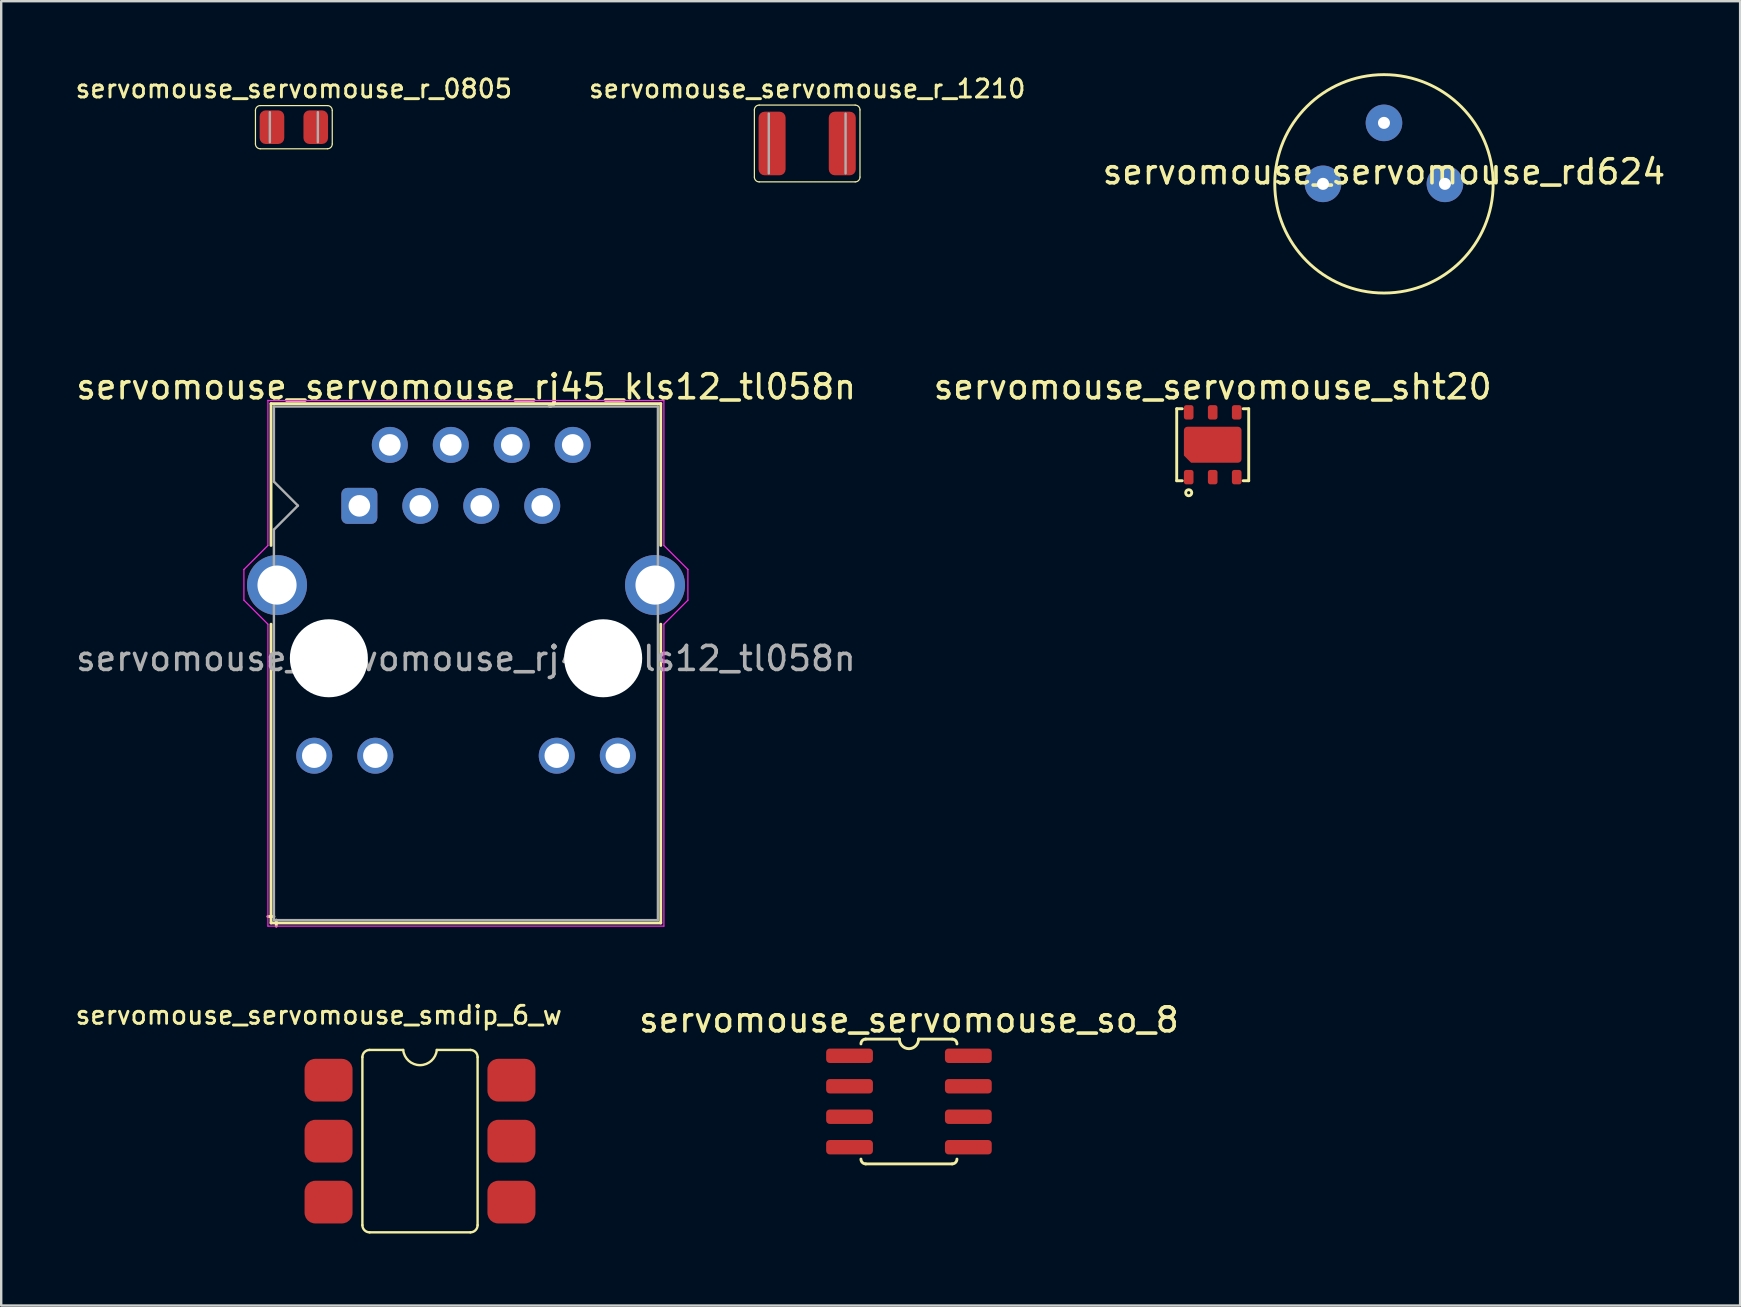
<source format=kicad_pcb>
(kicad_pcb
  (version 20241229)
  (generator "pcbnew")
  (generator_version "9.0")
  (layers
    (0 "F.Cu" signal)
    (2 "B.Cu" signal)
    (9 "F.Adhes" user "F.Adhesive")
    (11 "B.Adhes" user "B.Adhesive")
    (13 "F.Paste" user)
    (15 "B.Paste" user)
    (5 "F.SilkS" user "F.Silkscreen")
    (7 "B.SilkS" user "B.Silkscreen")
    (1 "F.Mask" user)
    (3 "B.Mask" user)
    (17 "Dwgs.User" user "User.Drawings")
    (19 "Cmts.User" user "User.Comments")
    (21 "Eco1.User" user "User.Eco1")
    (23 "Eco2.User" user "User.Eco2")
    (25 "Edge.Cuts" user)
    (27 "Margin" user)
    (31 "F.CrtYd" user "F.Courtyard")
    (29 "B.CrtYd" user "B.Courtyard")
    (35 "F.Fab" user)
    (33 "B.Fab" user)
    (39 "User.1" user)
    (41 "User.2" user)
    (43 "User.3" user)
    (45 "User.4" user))
  (footprint "servomouse_servomouse_r_0805"
    (layer "F.Cu")
    (at 9.194 2.249)
    (property "Reference" "servomouse_servomouse_r_0805" (at 0 -1.6 0) (layer "F.SilkS") (effects (font (size 0.75 0.75) (thickness 0.12))))
    (attr smd)
    (fp_line (start -1.6 0.7) (end -1.6 -0.7) (stroke (width 0.05) (type solid)) (layer "F.SilkS"))
    (fp_line (start -1.4 -0.9) (end 1.4 -0.9) (stroke (width 0.05) (type solid)) (layer "F.SilkS"))
    (fp_line (start 1.4 0.9) (end -1.4 0.9) (stroke (width 0.05) (type solid)) (layer "F.SilkS"))
    (fp_line (start 1.6 -0.7) (end 1.6 0.7) (stroke (width 0.05) (type solid)) (layer "F.SilkS"))
    (fp_arc (start -1.6 -0.7) (mid -1.541421 -0.841421) (end -1.4 -0.9) (stroke (width 0.05) (type solid)) (layer "F.SilkS"))
    (fp_arc (start -1.4 0.9) (mid -1.541421 0.841421) (end -1.6 0.7) (stroke (width 0.05) (type solid)) (layer "F.SilkS"))
    (fp_arc (start 1.4 -0.9) (mid 1.541421 -0.841421) (end 1.6 -0.7) (stroke (width 0.05) (type solid)) (layer "F.SilkS"))
    (fp_arc (start 1.6 0.7) (mid 1.541421 0.841421) (end 1.4 0.9) (stroke (width 0.05) (type solid)) (layer "F.SilkS"))
    (fp_line (start -1 0.625) (end -1 -0.625) (stroke (width 0.1) (type solid)) (layer "F.Fab"))
    (fp_line (start 1 -0.625) (end 1 0.625) (stroke (width 0.1) (type solid)) (layer "F.Fab"))
    (pad "1" smd roundrect (at -0.912 0) (size 1.025 1.4) (layers "F.Cu" "F.Mask" "F.Paste") (roundrect_rratio 0.244))
    (pad "2" smd roundrect (at 0.912 0) (size 1.025 1.4) (layers "F.Cu" "F.Mask" "F.Paste") (roundrect_rratio 0.244)))
  (footprint "servomouse_servomouse_sht20"
    (layer "F.Cu")
    (at 47.48 15.481)
    (property "Reference" "servomouse_servomouse_sht20" (at 0 -2.413 0) (unlocked yes) (layer "F.SilkS") (effects (font (size 1 1) (thickness 0.15))))
    (fp_line (start -1.5 -1.5) (end -1.5 1.5) (stroke (width 0.12) (type solid)) (layer "F.SilkS"))
    (fp_line (start -1.5 1.5) (end -1.27 1.5) (stroke (width 0.12) (type solid)) (layer "F.SilkS"))
    (fp_line (start -1.27 -1.5) (end -1.5 -1.5) (stroke (width 0.12) (type solid)) (layer "F.SilkS"))
    (fp_line (start 1.27 -1.5) (end 1.5 -1.5) (stroke (width 0.12) (type solid)) (layer "F.SilkS"))
    (fp_line (start 1.5 -1.5) (end 1.5 1.5) (stroke (width 0.12) (type solid)) (layer "F.SilkS"))
    (fp_line (start 1.5 1.5) (end 1.27 1.5) (stroke (width 0.12) (type solid)) (layer "F.SilkS"))
    (fp_circle (center -1 2) (end -0.873 2) (stroke (width 0.12) (type solid)) (fill no) (layer "F.SilkS"))
    (pad "1" smd roundrect (at -1 1.35) (size 0.4 0.6) (layers "F.Cu" "F.Mask" "F.Paste") (roundrect_rratio 0.25))
    (pad "2" smd roundrect (at 0 0) (size 2.4 1.5) (layers "F.Cu" "F.Mask" "F.Paste") (roundrect_rratio 0.1) (chamfer_ratio 0.2) (chamfer bottom_left))
    (pad "2" smd roundrect (at 0 1.35) (size 0.4 0.6) (layers "F.Cu" "F.Mask" "F.Paste") (roundrect_rratio 0.25))
    (pad "3" smd roundrect (at 1 1.35) (size 0.4 0.6) (layers "F.Cu" "F.Mask" "F.Paste") (roundrect_rratio 0.25))
    (pad "4" smd roundrect (at 1 -1.35) (size 0.4 0.6) (layers "F.Cu" "F.Mask" "F.Paste") (roundrect_rratio 0.25))
    (pad "5" smd roundrect (at 0 -1.35) (size 0.4 0.6) (layers "F.Cu" "F.Mask" "F.Paste") (roundrect_rratio 0.25))
    (pad "6" smd roundrect (at -1 -1.35) (size 0.4 0.6) (layers "F.Cu" "F.Mask" "F.Paste") (roundrect_rratio 0.25)))
  (footprint "servomouse_servomouse_r_1210"
    (layer "F.Cu")
    (at 30.583 2.929)
    (property "Reference" "servomouse_servomouse_r_1210" (at 0 -2.28 180) (layer "F.SilkS") (effects (font (size 0.75 0.75) (thickness 0.12))))
    (attr smd)
    (fp_line (start -2.2 1.4) (end -2.2 -1.4) (stroke (width 0.05) (type solid)) (layer "F.SilkS"))
    (fp_line (start -2 -1.6) (end 2 -1.6) (stroke (width 0.05) (type solid)) (layer "F.SilkS"))
    (fp_line (start 2 1.6) (end -2 1.6) (stroke (width 0.05) (type solid)) (layer "F.SilkS"))
    (fp_line (start 2.2 -1.4) (end 2.2 1.4) (stroke (width 0.05) (type solid)) (layer "F.SilkS"))
    (fp_arc (start -2.2 -1.4) (mid -2.141421 -1.541421) (end -2 -1.6) (stroke (width 0.05) (type solid)) (layer "F.SilkS"))
    (fp_arc (start -2 1.6) (mid -2.141421 1.541421) (end -2.2 1.4) (stroke (width 0.05) (type solid)) (layer "F.SilkS"))
    (fp_arc (start 2 -1.6) (mid 2.141421 -1.541421) (end 2.2 -1.4) (stroke (width 0.05) (type solid)) (layer "F.SilkS"))
    (fp_arc (start 2.2 1.4) (mid 2.141421 1.541421) (end 2 1.6) (stroke (width 0.05) (type solid)) (layer "F.SilkS"))
    (fp_line (start -1.6 1.245) (end -1.6 -1.245) (stroke (width 0.1) (type solid)) (layer "F.Fab"))
    (fp_line (start 1.6 -1.245) (end 1.6 1.245) (stroke (width 0.1) (type solid)) (layer "F.Fab"))
    (pad "1" smd roundrect (at -1.462 0) (size 1.125 2.65) (layers "F.Cu" "F.Mask" "F.Paste") (roundrect_rratio 0.222))
    (pad "2" smd roundrect (at 1.462 0) (size 1.125 2.65) (layers "F.Cu" "F.Mask" "F.Paste") (roundrect_rratio 0.222)))
  (footprint "servomouse_servomouse_smdip_6_w"
    (layer "F.Cu")
    (at 14.45 44.498)
    (property "Reference" "servomouse_servomouse_smdip_6_w" (at -4.22 -5.25 0) (layer "F.SilkS") (effects (font (size 0.75 0.75) (thickness 0.12))))
    (attr smd)
    (fp_line (start -2.4 -3.5) (end -2.4 3.5) (stroke (width 0.1) (type solid)) (layer "F.SilkS"))
    (fp_line (start -2.1 3.8) (end 2.1 3.8) (stroke (width 0.1) (type solid)) (layer "F.SilkS"))
    (fp_line (start -0.7 -3.8) (end -2.1 -3.8) (stroke (width 0.1) (type solid)) (layer "F.SilkS"))
    (fp_line (start 2.1 -3.8) (end 0.7 -3.8) (stroke (width 0.1) (type solid)) (layer "F.SilkS"))
    (fp_line (start 2.4 3.5) (end 2.4 -3.5) (stroke (width 0.1) (type solid)) (layer "F.SilkS"))
    (fp_arc (start -2.4 -3.5) (mid -2.312132 -3.712132) (end -2.1 -3.8) (stroke (width 0.1) (type solid)) (layer "F.SilkS"))
    (fp_arc (start -2.1 3.8) (mid -2.312132 3.712132) (end -2.4 3.5) (stroke (width 0.1) (type solid)) (layer "F.SilkS"))
    (fp_arc (start 0.7 -3.8) (mid 0 -3.166391) (end -0.7 -3.8) (stroke (width 0.1) (type solid)) (layer "F.SilkS"))
    (fp_arc (start 2.1 -3.8) (mid 2.312132 -3.712132) (end 2.4 -3.5) (stroke (width 0.1) (type solid)) (layer "F.SilkS"))
    (fp_arc (start 2.4 3.5) (mid 2.312132 3.712132) (end 2.1 3.8) (stroke (width 0.1) (type solid)) (layer "F.SilkS"))
    (pad "1" smd roundrect (at -3.81 -2.54) (size 2 1.78) (layers "F.Cu" "F.Mask" "F.Paste") (roundrect_rratio 0.25))
    (pad "2" smd roundrect (at -3.81 0) (size 2 1.78) (layers "F.Cu" "F.Mask" "F.Paste") (roundrect_rratio 0.25))
    (pad "3" smd roundrect (at -3.81 2.54) (size 2 1.78) (layers "F.Cu" "F.Mask" "F.Paste") (roundrect_rratio 0.25))
    (pad "4" smd roundrect (at 3.81 2.54) (size 2 1.78) (layers "F.Cu" "F.Mask" "F.Paste") (roundrect_rratio 0.25))
    (pad "5" smd roundrect (at 3.81 0) (size 2 1.78) (layers "F.Cu" "F.Mask" "F.Paste") (roundrect_rratio 0.25))
    (pad "6" smd roundrect (at 3.81 -2.54) (size 2 1.78) (layers "F.Cu" "F.Mask" "F.Paste") (roundrect_rratio 0.25)))
  (footprint "servomouse_servomouse_rj45_kls12_tl058n"
    (layer "F.Cu")
    (at 16.368 18.028)
    (property "Reference" "servomouse_servomouse_rj45_kls12_tl058n" (at 0.005 -4.96 0) (layer "F.SilkS") (effects (font (size 1 1) (thickness 0.15))))
    (attr through_hole)
    (fp_line (start -8.125 -4.26) (end -8.125 1.65) (stroke (width 0.12) (type solid)) (layer "F.SilkS"))
    (fp_line (start -8.125 -4.26) (end 8.115 -4.26) (stroke (width 0.12) (type solid)) (layer "F.SilkS"))
    (fp_line (start -8.125 4.93) (end -8.125 17.38) (stroke (width 0.12) (type solid)) (layer "F.SilkS"))
    (fp_line (start -8.005 17.11) (end -8.255 17.11) (stroke (width 0.12) (type solid)) (layer "F.SilkS"))
    (fp_line (start -7.905 17.26) (end -7.905 17.51) (stroke (width 0.12) (type solid)) (layer "F.SilkS"))
    (fp_line (start 8.115 -4.26) (end 8.115 1.65) (stroke (width 0.12) (type solid)) (layer "F.SilkS"))
    (fp_line (start 8.115 4.93) (end 8.115 17.38) (stroke (width 0.12) (type solid)) (layer "F.SilkS"))
    (fp_line (start 8.115 17.38) (end -8.125 17.38) (stroke (width 0.12) (type solid)) (layer "F.SilkS"))
    (fp_line (start -9.255 3.93) (end -9.255 2.65) (stroke (width 0.05) (type solid)) (layer "F.CrtYd"))
    (fp_line (start -9.255 3.93) (end -8.255 4.93) (stroke (width 0.05) (type solid)) (layer "F.CrtYd"))
    (fp_line (start -8.255 -4.39) (end 8.245 -4.39) (stroke (width 0.05) (type solid)) (layer "F.CrtYd"))
    (fp_line (start -8.255 1.65) (end -9.255 2.65) (stroke (width 0.05) (type solid)) (layer "F.CrtYd"))
    (fp_line (start -8.255 1.65) (end -8.255 -4.4) (stroke (width 0.05) (type solid)) (layer "F.CrtYd"))
    (fp_line (start -8.255 4.93) (end -8.255 17.51) (stroke (width 0.05) (type solid)) (layer "F.CrtYd"))
    (fp_line (start -8.255 17.51) (end 8.245 17.51) (stroke (width 0.05) (type solid)) (layer "F.CrtYd"))
    (fp_line (start 8.245 1.65) (end 8.245 -4.39) (stroke (width 0.05) (type solid)) (layer "F.CrtYd"))
    (fp_line (start 8.245 1.65) (end 9.245 2.65) (stroke (width 0.05) (type solid)) (layer "F.CrtYd"))
    (fp_line (start 8.245 4.93) (end 8.245 17.51) (stroke (width 0.05) (type solid)) (layer "F.CrtYd"))
    (fp_line (start 9.245 3.93) (end 8.245 4.93) (stroke (width 0.05) (type solid)) (layer "F.CrtYd"))
    (fp_line (start 9.245 3.93) (end 9.245 2.65) (stroke (width 0.05) (type solid)) (layer "F.CrtYd"))
    (fp_line (start -8.005 -4.14) (end -8.005 -1.01) (stroke (width 0.1) (type solid)) (layer "F.Fab"))
    (fp_line (start -8.005 -4.14) (end 7.995 -4.14) (stroke (width 0.1) (type solid)) (layer "F.Fab"))
    (fp_line (start -8.005 0.99) (end -8.005 17.26) (stroke (width 0.1) (type solid)) (layer "F.Fab"))
    (fp_line (start -8.005 17.26) (end 7.995 17.26) (stroke (width 0.1) (type solid)) (layer "F.Fab"))
    (fp_line (start -7.005 -0.01) (end -8.005 -1.01) (stroke (width 0.1) (type solid)) (layer "F.Fab"))
    (fp_line (start -7.005 -0.01) (end -8.005 0.99) (stroke (width 0.1) (type solid)) (layer "F.Fab"))
    (fp_line (start 7.995 -4.14) (end 7.995 17.26) (stroke (width 0.1) (type solid)) (layer "F.Fab"))
    (fp_text user "${REFERENCE}" (at -0.005 6.36 0) (layer "F.Fab") (effects (font (size 1 1) (thickness 0.15))))
    (pad "" np_thru_hole circle (at -5.715 6.35) (size 3.25 3.25) (drill 3.25) (layers "*.Cu" "*.Mask"))
    (pad "" np_thru_hole circle (at 5.715 6.35) (size 3.25 3.25) (drill 3.25) (layers "*.Cu" "*.Mask"))
    (pad "1" thru_hole roundrect (at -4.445 0) (size 1.5 1.5) (drill 0.9) (layers "*.Cu" "*.Mask") (roundrect_rratio 0.167))
    (pad "2" thru_hole circle (at -3.175 -2.54) (size 1.5 1.5) (drill 0.9) (layers "*.Cu" "*.Mask"))
    (pad "3" thru_hole circle (at -1.905 0) (size 1.5 1.5) (drill 0.9) (layers "*.Cu" "*.Mask"))
    (pad "4" thru_hole circle (at -0.635 -2.54) (size 1.5 1.5) (drill 0.9) (layers "*.Cu" "*.Mask"))
    (pad "5" thru_hole circle (at 0.635 0) (size 1.5 1.5) (drill 0.9) (layers "*.Cu" "*.Mask"))
    (pad "6" thru_hole circle (at 1.905 -2.54 90) (size 1.5 1.5) (drill 0.9) (layers "*.Cu" "*.Mask"))
    (pad "7" thru_hole circle (at 3.175 0) (size 1.5 1.5) (drill 0.9) (layers "*.Cu" "*.Mask"))
    (pad "8" thru_hole circle (at 4.445 -2.54) (size 1.5 1.5) (drill 0.9) (layers "*.Cu" "*.Mask"))
    (pad "9" thru_hole circle (at -6.325 10.41) (size 1.5 1.5) (drill 1.02) (layers "*.Cu" "*.Mask"))
    (pad "10" thru_hole circle (at -3.78 10.41) (size 1.5 1.5) (drill 1.02) (layers "*.Cu" "*.Mask"))
    (pad "11" thru_hole circle (at 3.78 10.41) (size 1.5 1.5) (drill 1.02) (layers "*.Cu" "*.Mask"))
    (pad "12" thru_hole circle (at 6.325 10.41) (size 1.5 1.5) (drill 1.02) (layers "*.Cu" "*.Mask"))
    (pad "SH" thru_hole circle (at -7.875 3.3) (size 2.5 2.5) (drill 1.63) (layers "*.Cu" "*.Mask"))
    (pad "SH" thru_hole circle (at 7.875 3.3) (size 2.5 2.5) (drill 1.63) (layers "*.Cu" "*.Mask")))
  (footprint "servomouse_servomouse_so_8"
    (layer "F.Cu")
    (at 34.823 42.846)
    (property "Reference" "servomouse_servomouse_so_8" (at 0 -3.4 0) (layer "F.SilkS") (effects (font (size 1 1) (thickness 0.15))))
    (attr smd)
    (fp_line (start -1.8 2.6) (end 1.8 2.6) (stroke (width 0.12) (type solid)) (layer "F.SilkS"))
    (fp_line (start -0.4 -2.6) (end -1.8 -2.6) (stroke (width 0.12) (type solid)) (layer "F.SilkS"))
    (fp_line (start 0.4 -2.6) (end 1.8 -2.6) (stroke (width 0.12) (type solid)) (layer "F.SilkS"))
    (fp_arc (start -2 -2.4) (mid -1.941421 -2.541421) (end -1.8 -2.6) (stroke (width 0.12) (type solid)) (layer "F.SilkS"))
    (fp_arc (start -1.8 2.6) (mid -1.941421 2.541421) (end -2 2.4) (stroke (width 0.12) (type solid)) (layer "F.SilkS"))
    (fp_arc (start 0.4 -2.6) (mid 0 -2.2) (end -0.4 -2.6) (stroke (width 0.12) (type solid)) (layer "F.SilkS"))
    (fp_arc (start 1.8 -2.6) (mid 1.941421 -2.541421) (end 2 -2.4) (stroke (width 0.12) (type solid)) (layer "F.SilkS"))
    (fp_arc (start 2 2.4) (mid 1.941421 2.541421) (end 1.8 2.6) (stroke (width 0.12) (type solid)) (layer "F.SilkS"))
    (pad "1" smd roundrect (at -2.475 -1.905) (size 1.95 0.6) (layers "F.Cu" "F.Mask" "F.Paste") (roundrect_rratio 0.25))
    (pad "2" smd roundrect (at -2.475 -0.635) (size 1.95 0.6) (layers "F.Cu" "F.Mask" "F.Paste") (roundrect_rratio 0.25))
    (pad "3" smd roundrect (at -2.475 0.635) (size 1.95 0.6) (layers "F.Cu" "F.Mask" "F.Paste") (roundrect_rratio 0.25))
    (pad "4" smd roundrect (at -2.475 1.905) (size 1.95 0.6) (layers "F.Cu" "F.Mask" "F.Paste") (roundrect_rratio 0.25))
    (pad "5" smd roundrect (at 2.475 1.905) (size 1.95 0.6) (layers "F.Cu" "F.Mask" "F.Paste") (roundrect_rratio 0.25))
    (pad "6" smd roundrect (at 2.475 0.635) (size 1.95 0.6) (layers "F.Cu" "F.Mask" "F.Paste") (roundrect_rratio 0.25))
    (pad "7" smd roundrect (at 2.475 -0.635) (size 1.95 0.6) (layers "F.Cu" "F.Mask" "F.Paste") (roundrect_rratio 0.25))
    (pad "8" smd roundrect (at 2.475 -1.905) (size 1.95 0.6) (layers "F.Cu" "F.Mask" "F.Paste") (roundrect_rratio 0.25)))
  (footprint "servomouse_servomouse_rd624"
    (layer "F.Cu")
    (at 54.616 4.61)
    (property "Reference" "servomouse_servomouse_rd624" (at 0 -0.5 0) (unlocked yes) (layer "F.SilkS") (effects (font (size 1 1) (thickness 0.15))))
    (fp_circle (center 0 0) (end 4.55 0) (stroke (width 0.12) (type solid)) (fill no) (layer "F.SilkS"))
    (pad "1" thru_hole circle (at -2.54 0) (size 1.524 1.524) (drill 0.5) (layers "*.Cu" "*.Mask"))
    (pad "2" thru_hole circle (at 0 -2.54) (size 1.524 1.524) (drill 0.5) (layers "*.Cu" "*.Mask"))
    (pad "3" thru_hole circle (at 2.54 0) (size 1.524 1.524) (drill 0.5) (layers "*.Cu" "*.Mask")))
  (gr_rect
    (start -3 -3)
    (end 69.456 51.348)
    (stroke (width 0.1) (type default))
    (fill no)
    (layer "Edge.Cuts")))
</source>
